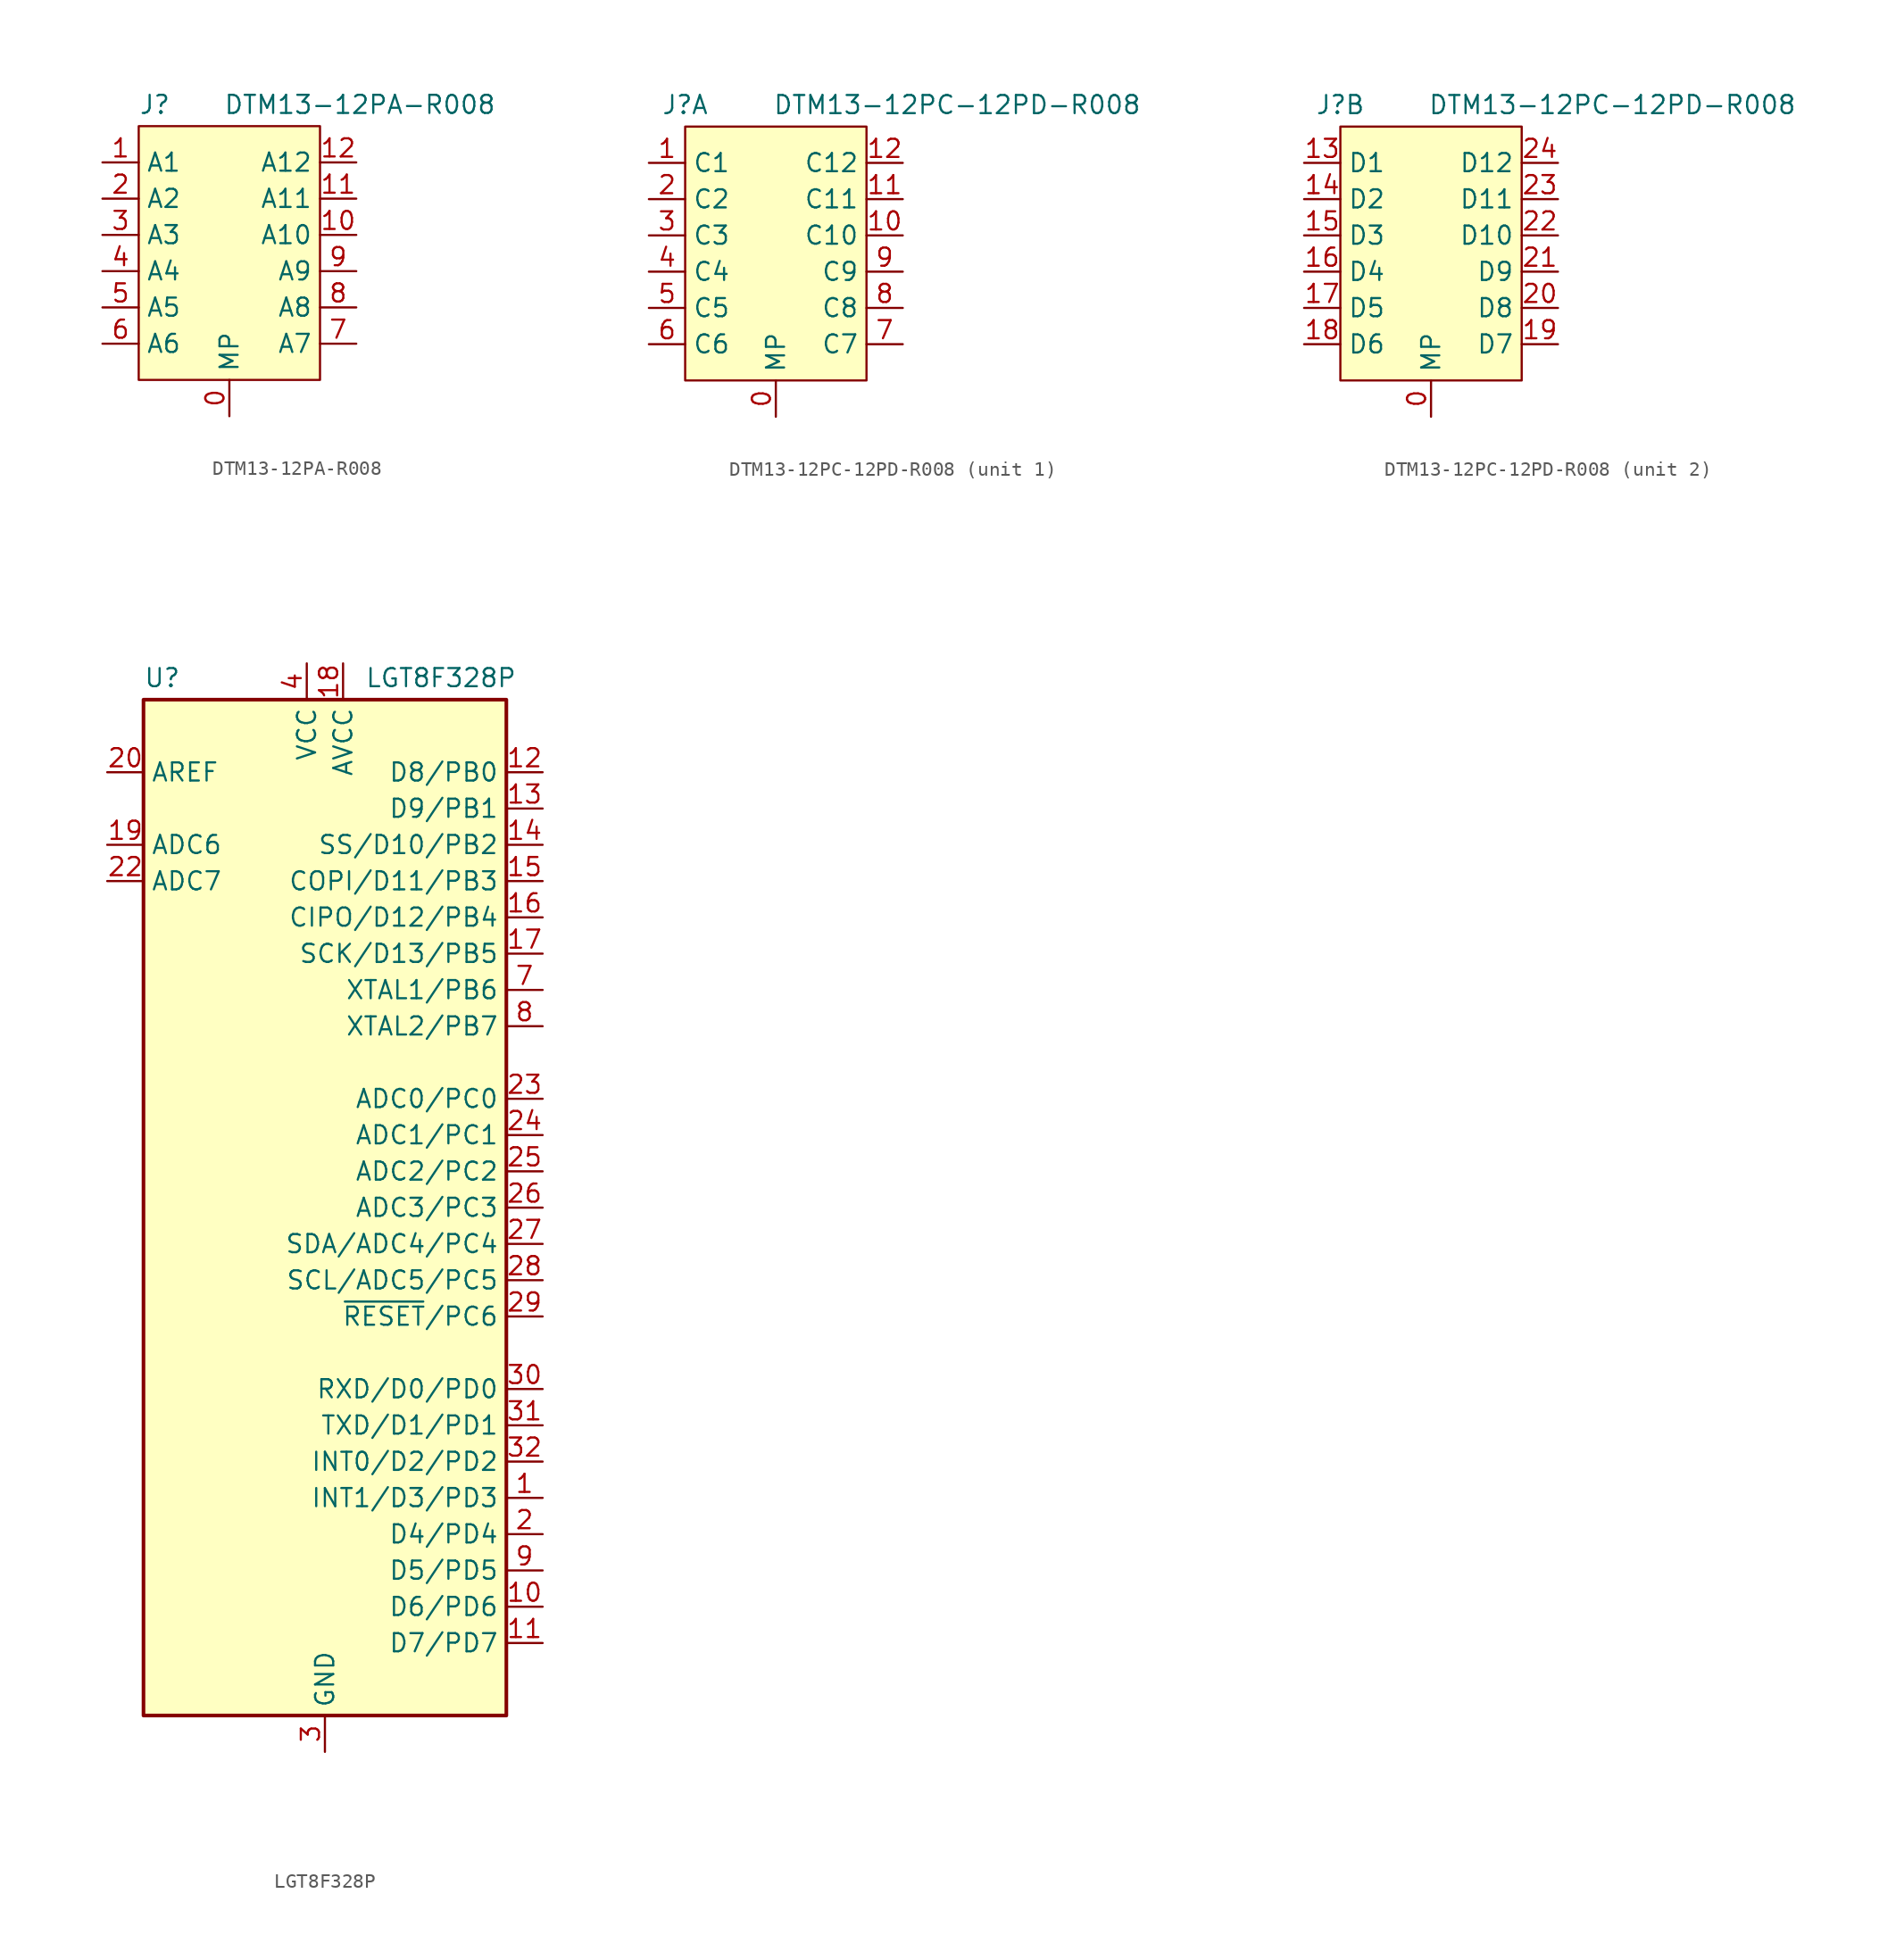
<source format=kicad_sym>
(kicad_symbol_lib
  (version 20231120)
  (generator "kicad_symbol_editor")
  (generator_version "8.0")
  (symbol "DTM13-12PA-R008"
    (property "Reference" "J"
      (at -6.35 9.652 0)
      (effects (font (size 1.27 1.27)) (justify left bottom)))
    (property "Value" "DTM13-12PA-R008"
      (at 9.144 9.652 0)
      (effects (font (size 1.27 1.27)) (justify bottom)))
    (symbol "DTM13-12PA-R008_0_0"
      (rectangle (start -6.35 8.89) (end 6.35 -8.89) (stroke (width 0) (type default)) (fill (type background)))
      (pin passive line (at 8.89 1.27 180) (length 2.54) (name "A10" (effects (font (size 1.27 1.27)))) (number "10" (effects (font (size 1.27 1.27)))))
      (pin passive line (at 8.89 3.81 180) (length 2.54) (name "A11" (effects (font (size 1.27 1.27)))) (number "11" (effects (font (size 1.27 1.27)))))
      (pin passive line (at 8.89 6.35 180) (length 2.54) (name "A12" (effects (font (size 1.27 1.27)))) (number "12" (effects (font (size 1.27 1.27)))))
      (pin passive line (at -8.89 3.81 0) (length 2.54) (name "A2" (effects (font (size 1.27 1.27)))) (number "2" (effects (font (size 1.27 1.27)))))
      (pin passive line (at -8.89 1.27 0) (length 2.54) (name "A3" (effects (font (size 1.27 1.27)))) (number "3" (effects (font (size 1.27 1.27)))))
      (pin passive line (at -8.89 -1.27 0) (length 2.54) (name "A4" (effects (font (size 1.27 1.27)))) (number "4" (effects (font (size 1.27 1.27)))))
      (pin passive line (at -8.89 -3.81 0) (length 2.54) (name "A5" (effects (font (size 1.27 1.27)))) (number "5" (effects (font (size 1.27 1.27)))))
      (pin passive line (at -8.89 -6.35 0) (length 2.54) (name "A6" (effects (font (size 1.27 1.27)))) (number "6" (effects (font (size 1.27 1.27)))))
      (pin passive line (at 8.89 -6.35 180) (length 2.54) (name "A7" (effects (font (size 1.27 1.27)))) (number "7" (effects (font (size 1.27 1.27)))))
      (pin passive line (at 8.89 -3.81 180) (length 2.54) (name "A8" (effects (font (size 1.27 1.27)))) (number "8" (effects (font (size 1.27 1.27)))))
      (pin passive line (at 8.89 -1.27 180) (length 2.54) (name "A9" (effects (font (size 1.27 1.27)))) (number "9" (effects (font (size 1.27 1.27))))))
    (symbol "DTM13-12PA-R008_1_0"
      (pin passive line (at 0 -11.43 90) (length 2.54) (name "MP" (effects (font (size 1.27 1.27)))) (number "0" (effects (font (size 1.27 1.27)))))
      (pin passive line (at -8.89 6.35 0) (length 2.54) (name "A1" (effects (font (size 1.27 1.27)))) (number "1" (effects (font (size 1.27 1.27)))))))
  (symbol "DTM13-12PC-12PD-R008"
    (property "Reference" "J"
      (at -6.35 10.414 0)
      (effects (font (size 1.27 1.27))))
    (property "Value" "DTM13-12PC-12PD-R008"
      (at 12.7 10.414 0)
      (effects (font (size 1.27 1.27))))
    (property "ki_locked" ""
      (at 0 0 0)
      (effects (font (size 1.27 1.27))))
    (symbol "DTM13-12PC-12PD-R008_0_0"
      (pin passive line (at 0 -11.43 90) (length 2.54) (name "MP" (effects (font (size 1.27 1.27)))) (number "0" (effects (font (size 1.27 1.27))))))
    (symbol "DTM13-12PC-12PD-R008_1_1"
      (rectangle (start -6.35 8.89) (end 6.35 -8.89) (stroke (width 0) (type default)) (fill (type background)))
      (pin input line (at -8.89 6.35 0) (length 2.54) (name "C1" (effects (font (size 1.27 1.27)))) (number "1" (effects (font (size 1.27 1.27)))))
      (pin input line (at 8.89 1.27 180) (length 2.54) (name "C10" (effects (font (size 1.27 1.27)))) (number "10" (effects (font (size 1.27 1.27)))))
      (pin input line (at 8.89 3.81 180) (length 2.54) (name "C11" (effects (font (size 1.27 1.27)))) (number "11" (effects (font (size 1.27 1.27)))))
      (pin input line (at 8.89 6.35 180) (length 2.54) (name "C12" (effects (font (size 1.27 1.27)))) (number "12" (effects (font (size 1.27 1.27)))))
      (pin input line (at -8.89 3.81 0) (length 2.54) (name "C2" (effects (font (size 1.27 1.27)))) (number "2" (effects (font (size 1.27 1.27)))))
      (pin input line (at -8.89 1.27 0) (length 2.54) (name "C3" (effects (font (size 1.27 1.27)))) (number "3" (effects (font (size 1.27 1.27)))))
      (pin input line (at -8.89 -1.27 0) (length 2.54) (name "C4" (effects (font (size 1.27 1.27)))) (number "4" (effects (font (size 1.27 1.27)))))
      (pin input line (at -8.89 -3.81 0) (length 2.54) (name "C5" (effects (font (size 1.27 1.27)))) (number "5" (effects (font (size 1.27 1.27)))))
      (pin input line (at -8.89 -6.35 0) (length 2.54) (name "C6" (effects (font (size 1.27 1.27)))) (number "6" (effects (font (size 1.27 1.27)))))
      (pin input line (at 8.89 -6.35 180) (length 2.54) (name "C7" (effects (font (size 1.27 1.27)))) (number "7" (effects (font (size 1.27 1.27)))))
      (pin input line (at 8.89 -3.81 180) (length 2.54) (name "C8" (effects (font (size 1.27 1.27)))) (number "8" (effects (font (size 1.27 1.27)))))
      (pin input line (at 8.89 -1.27 180) (length 2.54) (name "C9" (effects (font (size 1.27 1.27)))) (number "9" (effects (font (size 1.27 1.27))))))
    (symbol "DTM13-12PC-12PD-R008_2_1"
      (rectangle (start -6.35 8.89) (end 6.35 -8.89) (stroke (width 0) (type default)) (fill (type background)))
      (pin input line (at -8.89 6.35 0) (length 2.54) (name "D1" (effects (font (size 1.27 1.27)))) (number "13" (effects (font (size 1.27 1.27)))))
      (pin input line (at -8.89 3.81 0) (length 2.54) (name "D2" (effects (font (size 1.27 1.27)))) (number "14" (effects (font (size 1.27 1.27)))))
      (pin input line (at -8.89 1.27 0) (length 2.54) (name "D3" (effects (font (size 1.27 1.27)))) (number "15" (effects (font (size 1.27 1.27)))))
      (pin input line (at -8.89 -1.27 0) (length 2.54) (name "D4" (effects (font (size 1.27 1.27)))) (number "16" (effects (font (size 1.27 1.27)))))
      (pin input line (at -8.89 -3.81 0) (length 2.54) (name "D5" (effects (font (size 1.27 1.27)))) (number "17" (effects (font (size 1.27 1.27)))))
      (pin input line (at -8.89 -6.35 0) (length 2.54) (name "D6" (effects (font (size 1.27 1.27)))) (number "18" (effects (font (size 1.27 1.27)))))
      (pin input line (at 8.89 -6.35 180) (length 2.54) (name "D7" (effects (font (size 1.27 1.27)))) (number "19" (effects (font (size 1.27 1.27)))))
      (pin input line (at 8.89 -3.81 180) (length 2.54) (name "D8" (effects (font (size 1.27 1.27)))) (number "20" (effects (font (size 1.27 1.27)))))
      (pin input line (at 8.89 -1.27 180) (length 2.54) (name "D9" (effects (font (size 1.27 1.27)))) (number "21" (effects (font (size 1.27 1.27)))))
      (pin input line (at 8.89 1.27 180) (length 2.54) (name "D10" (effects (font (size 1.27 1.27)))) (number "22" (effects (font (size 1.27 1.27)))))
      (pin input line (at 8.89 3.81 180) (length 2.54) (name "D11" (effects (font (size 1.27 1.27)))) (number "23" (effects (font (size 1.27 1.27)))))
      (pin input line (at 8.89 6.35 180) (length 2.54) (name "D12" (effects (font (size 1.27 1.27)))) (number "24" (effects (font (size 1.27 1.27)))))))
  (symbol "LGT8F328P"
    (property "Reference" "U"
      (at -12.7 37.084 0)
      (effects (font (size 1.27 1.27)) (justify left)))
    (property "Value" "LGT8F328P"
      (at 2.794 37.084 0)
      (effects (font (size 1.27 1.27)) (justify left)))
    (symbol "LGT8F328P_0_0"
      (pin bidirectional line (at 15.24 -20.32 180) (length 2.54) (name "INT1/D3/PD3" (effects (font (size 1.27 1.27)))) (number "1" (effects (font (size 1.27 1.27)))))
      (pin bidirectional line (at 15.24 -27.94 180) (length 2.54) (name "D6/PD6" (effects (font (size 1.27 1.27)))) (number "10" (effects (font (size 1.27 1.27)))))
      (pin bidirectional line (at 15.24 -30.48 180) (length 2.54) (name "D7/PD7" (effects (font (size 1.27 1.27)))) (number "11" (effects (font (size 1.27 1.27)))))
      (pin input line (at -15.24 25.4 0) (length 2.54) (name "ADC6" (effects (font (size 1.27 1.27)))) (number "19" (effects (font (size 1.27 1.27)))))
      (pin bidirectional line (at 15.24 -22.86 180) (length 2.54) (name "D4/PD4" (effects (font (size 1.27 1.27)))) (number "2" (effects (font (size 1.27 1.27)))))
      (pin passive line (at -15.24 30.48 0) (length 2.54) (name "AREF" (effects (font (size 1.27 1.27)))) (number "20" (effects (font (size 1.27 1.27)))))
      (pin input line (at -15.24 22.86 0) (length 2.54) (name "ADC7" (effects (font (size 1.27 1.27)))) (number "22" (effects (font (size 1.27 1.27)))))
      (pin bidirectional line (at 15.24 -12.7 180) (length 2.54) (name "RXD/D0/PD0" (effects (font (size 1.27 1.27)))) (number "30" (effects (font (size 1.27 1.27)))))
      (pin bidirectional line (at 15.24 -15.24 180) (length 2.54) (name "TXD/D1/PD1" (effects (font (size 1.27 1.27)))) (number "31" (effects (font (size 1.27 1.27)))))
      (pin bidirectional line (at 15.24 -17.78 180) (length 2.54) (name "INT0/D2/PD2" (effects (font (size 1.27 1.27)))) (number "32" (effects (font (size 1.27 1.27)))))
      (pin bidirectional line (at 15.24 -25.4 180) (length 2.54) (name "D5/PD5" (effects (font (size 1.27 1.27)))) (number "9" (effects (font (size 1.27 1.27))))))
    (symbol "LGT8F328P_0_1"
      (rectangle (start -12.7 35.56) (end 12.7 -35.56) (stroke (width 0.254) (type default)) (fill (type background))))
    (symbol "LGT8F328P_1_0"
      (pin bidirectional line (at 15.24 30.48 180) (length 2.54) (name "D8/PB0" (effects (font (size 1.27 1.27)))) (number "12" (effects (font (size 1.27 1.27)))))
      (pin bidirectional line (at 15.24 27.94 180) (length 2.54) (name "D9/PB1" (effects (font (size 1.27 1.27)))) (number "13" (effects (font (size 1.27 1.27)))))
      (pin bidirectional line (at 15.24 25.4 180) (length 2.54) (name "SS/D10/PB2" (effects (font (size 1.27 1.27)))) (number "14" (effects (font (size 1.27 1.27)))))
      (pin bidirectional line (at 15.24 22.86 180) (length 2.54) (name "COPI/D11/PB3" (effects (font (size 1.27 1.27)))) (number "15" (effects (font (size 1.27 1.27)))))
      (pin bidirectional line (at 15.24 20.32 180) (length 2.54) (name "CIPO/D12/PB4" (effects (font (size 1.27 1.27)))) (number "16" (effects (font (size 1.27 1.27)))))
      (pin bidirectional line (at 15.24 17.78 180) (length 2.54) (name "SCK/D13/PB5" (effects (font (size 1.27 1.27)))) (number "17" (effects (font (size 1.27 1.27)))))
      (pin power_in line (at 1.27 38.1 270) (length 2.54) (name "AVCC" (effects (font (size 1.27 1.27)))) (number "18" (effects (font (size 1.27 1.27)))))
      (pin passive line (at 0 -38.1 90) (length 2.54) hide (name "GND" (effects (font (size 1.27 1.27)))) (number "21" (effects (font (size 1.27 1.27)))))
      (pin bidirectional line (at 15.24 7.62 180) (length 2.54) (name "ADC0/PC0" (effects (font (size 1.27 1.27)))) (number "23" (effects (font (size 1.27 1.27)))))
      (pin bidirectional line (at 15.24 5.08 180) (length 2.54) (name "ADC1/PC1" (effects (font (size 1.27 1.27)))) (number "24" (effects (font (size 1.27 1.27)))))
      (pin bidirectional line (at 15.24 2.54 180) (length 2.54) (name "ADC2/PC2" (effects (font (size 1.27 1.27)))) (number "25" (effects (font (size 1.27 1.27)))))
      (pin bidirectional line (at 15.24 0 180) (length 2.54) (name "ADC3/PC3" (effects (font (size 1.27 1.27)))) (number "26" (effects (font (size 1.27 1.27)))))
      (pin bidirectional line (at 15.24 -2.54 180) (length 2.54) (name "SDA/ADC4/PC4" (effects (font (size 1.27 1.27)))) (number "27" (effects (font (size 1.27 1.27)))))
      (pin bidirectional line (at 15.24 -5.08 180) (length 2.54) (name "SCL/ADC5/PC5" (effects (font (size 1.27 1.27)))) (number "28" (effects (font (size 1.27 1.27)))))
      (pin bidirectional line (at 15.24 -7.62 180) (length 2.54) (name "~{RESET}/PC6" (effects (font (size 1.27 1.27)))) (number "29" (effects (font (size 1.27 1.27)))))
      (pin power_in line (at 0 -38.1 90) (length 2.54) (name "GND" (effects (font (size 1.27 1.27)))) (number "3" (effects (font (size 1.27 1.27)))))
      (pin power_in line (at -1.27 38.1 270) (length 2.54) (name "VCC" (effects (font (size 1.27 1.27)))) (number "4" (effects (font (size 1.27 1.27)))))
      (pin passive line (at 0 -38.1 90) (length 2.54) hide (name "GND" (effects (font (size 1.27 1.27)))) (number "5" (effects (font (size 1.27 1.27)))))
      (pin passive line (at -1.27 38.1 270) (length 2.54) hide (name "VCC" (effects (font (size 1.27 1.27)))) (number "6" (effects (font (size 1.27 1.27)))))
      (pin bidirectional line (at 15.24 15.24 180) (length 2.54) (name "XTAL1/PB6" (effects (font (size 1.27 1.27)))) (number "7" (effects (font (size 1.27 1.27)))))
      (pin bidirectional line (at 15.24 12.7 180) (length 2.54) (name "XTAL2/PB7" (effects (font (size 1.27 1.27)))) (number "8" (effects (font (size 1.27 1.27))))))))
</source>
